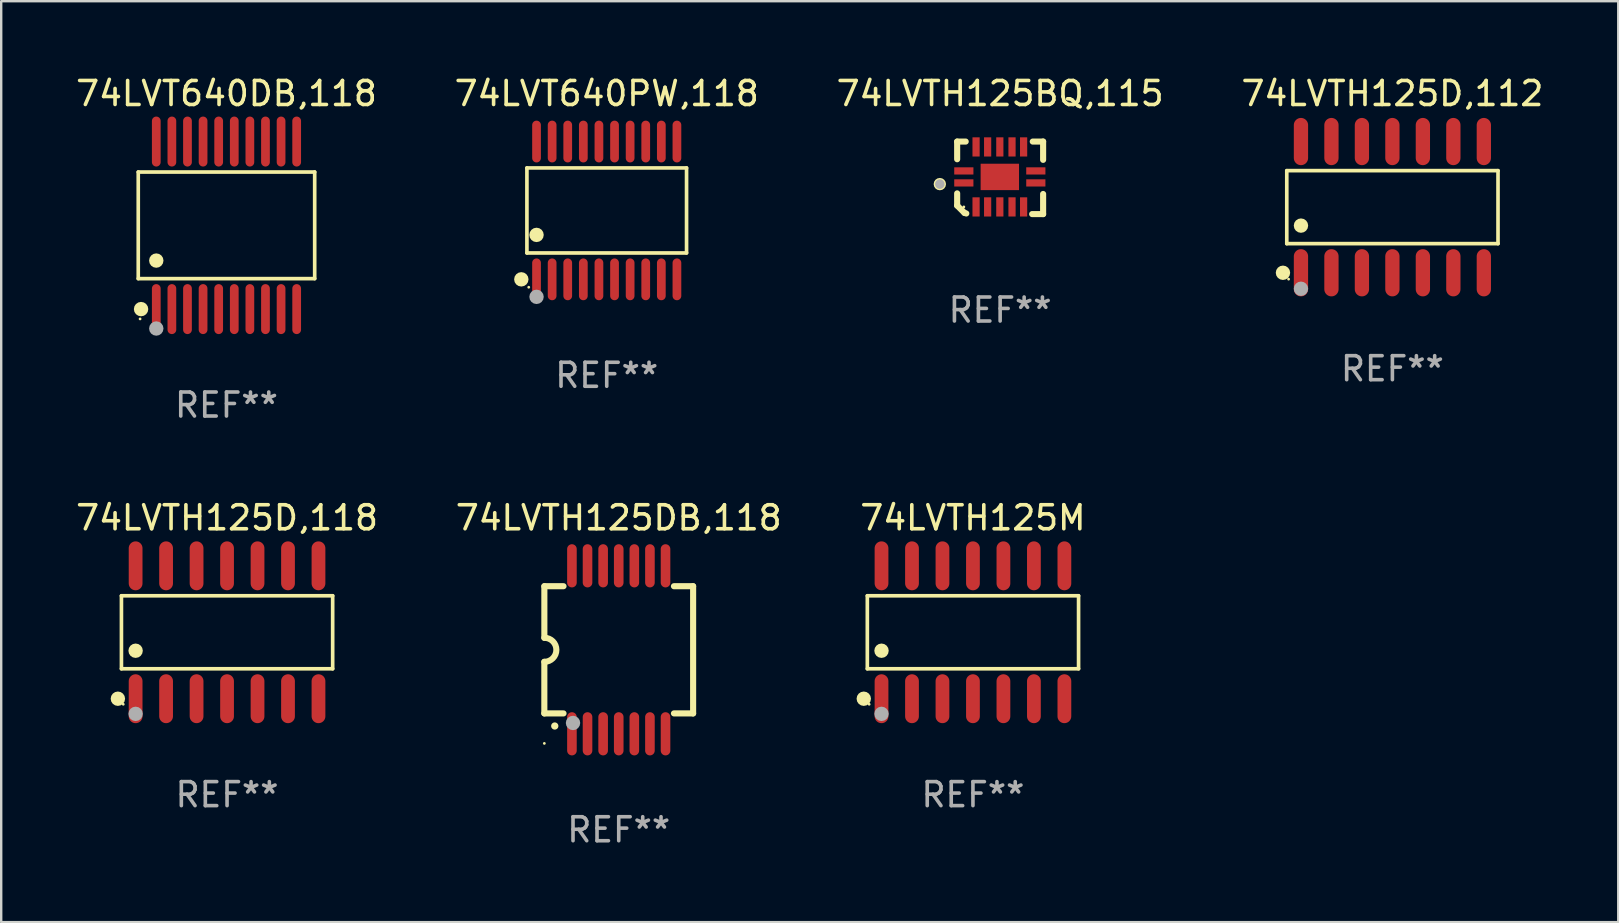
<source format=kicad_pcb>
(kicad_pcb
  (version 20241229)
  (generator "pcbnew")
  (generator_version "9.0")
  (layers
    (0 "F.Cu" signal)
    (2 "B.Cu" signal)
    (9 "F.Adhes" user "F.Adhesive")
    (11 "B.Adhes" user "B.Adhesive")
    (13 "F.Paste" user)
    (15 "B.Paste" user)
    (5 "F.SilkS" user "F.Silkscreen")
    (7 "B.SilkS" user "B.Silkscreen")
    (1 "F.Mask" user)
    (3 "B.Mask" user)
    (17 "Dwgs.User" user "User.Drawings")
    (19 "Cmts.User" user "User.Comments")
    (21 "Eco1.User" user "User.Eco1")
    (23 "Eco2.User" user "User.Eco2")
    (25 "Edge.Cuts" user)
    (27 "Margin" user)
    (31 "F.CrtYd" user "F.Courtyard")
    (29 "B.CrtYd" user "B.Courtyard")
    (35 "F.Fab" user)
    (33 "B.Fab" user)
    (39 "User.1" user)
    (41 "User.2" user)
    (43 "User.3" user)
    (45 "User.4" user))
  (footprint "74LVTH125DB,118"
    (layer "F.Cu")
    (at 22.732 24.027)
    (property "Reference" "74LVTH125DB,118" (at 0 -5.5 0) (layer "F.SilkS") (effects (font (size 1 1) (thickness 0.15))))
    (attr through_hole)
    (fp_line (start -3.1 2.65) (end -3.1 0.5) (stroke (width 0.254) (type solid)) (layer "F.SilkS"))
    (fp_line (start -3.099 -2.65) (end -2.301 -2.65) (stroke (width 0.254) (type solid)) (layer "F.SilkS"))
    (fp_line (start -3.099 -0.5) (end -3.099 -2.65) (stroke (width 0.254) (type solid)) (layer "F.SilkS"))
    (fp_line (start -2.301 2.65) (end -3.1 2.65) (stroke (width 0.254) (type solid)) (layer "F.SilkS"))
    (fp_line (start 2.301 -2.65) (end 3.1 -2.65) (stroke (width 0.254) (type solid)) (layer "F.SilkS"))
    (fp_line (start 3.1 -2.65) (end 3.1 2.65) (stroke (width 0.254) (type solid)) (layer "F.SilkS"))
    (fp_line (start 3.1 2.65) (end 2.301 2.65) (stroke (width 0.254) (type solid)) (layer "F.SilkS"))
    (fp_arc (start -3.098806 -0.500381) (mid -2.598806 0) (end -3.098806 0.500381) (stroke (width 0.254001) (type solid)) (layer "F.SilkS"))
    (fp_arc (start -2.667005 3.175006) (mid -2.665735 3.175001) (end -2.664465 3.175006) (stroke (width 0.3) (type solid)) (layer "F.SilkS"))
    (fp_circle (center -3.1 3.9) (end -3.07 3.9) (stroke (width 0.06) (type solid)) (fill no) (layer "F.SilkS"))
    (fp_circle (center -1.905 3.048) (end -1.755 3.048) (stroke (width 0.3) (type solid)) (fill no) (layer "F.Fab"))
    (fp_text user "REF**" (at 0 7.5 0) (layer "F.Fab") (effects (font (size 1 1) (thickness 0.15))))
    (pad "1" smd oval (at -1.95 3.5 270) (size 1.8 0.4) (layers "F.Cu" "F.Mask" "F.Paste"))
    (pad "2" smd oval (at -1.3 3.5 270) (size 1.8 0.4) (layers "F.Cu" "F.Mask" "F.Paste"))
    (pad "3" smd oval (at -0.65 3.5 270) (size 1.8 0.4) (layers "F.Cu" "F.Mask" "F.Paste"))
    (pad "4" smd oval (at 0 3.5 270) (size 1.8 0.4) (layers "F.Cu" "F.Mask" "F.Paste"))
    (pad "5" smd oval (at 0.65 3.5 270) (size 1.8 0.4) (layers "F.Cu" "F.Mask" "F.Paste"))
    (pad "6" smd oval (at 1.3 3.5 270) (size 1.8 0.4) (layers "F.Cu" "F.Mask" "F.Paste"))
    (pad "7" smd oval (at 1.95 3.5 270) (size 1.8 0.4) (layers "F.Cu" "F.Mask" "F.Paste"))
    (pad "8" smd oval (at 1.95 -3.5 90) (size 1.8 0.4) (layers "F.Cu" "F.Mask" "F.Paste"))
    (pad "9" smd oval (at 1.3 -3.5 90) (size 1.8 0.4) (layers "F.Cu" "F.Mask" "F.Paste"))
    (pad "10" smd oval (at 0.65 -3.5 90) (size 1.8 0.4) (layers "F.Cu" "F.Mask" "F.Paste"))
    (pad "11" smd oval (at 0 -3.5 90) (size 1.8 0.4) (layers "F.Cu" "F.Mask" "F.Paste"))
    (pad "12" smd oval (at -0.65 -3.5 90) (size 1.8 0.4) (layers "F.Cu" "F.Mask" "F.Paste"))
    (pad "13" smd oval (at -1.3 -3.5 90) (size 1.8 0.4) (layers "F.Cu" "F.Mask" "F.Paste"))
    (pad "14" smd oval (at -1.95 -3.5 90) (size 1.8 0.4) (layers "F.Cu" "F.Mask" "F.Paste")))
  (footprint "74LVTH125D,118"
    (layer "F.Cu")
    (at 6.411 23.296)
    (property "Reference" "74LVTH125D,118" (at 0 -4.769 0) (layer "F.SilkS") (effects (font (size 1 1) (thickness 0.15))))
    (attr through_hole)
    (fp_line (start -4.401 -1.521) (end 4.401 -1.521) (stroke (width 0.152) (type solid)) (layer "F.SilkS"))
    (fp_line (start -4.401 1.521) (end -4.401 -1.521) (stroke (width 0.152) (type solid)) (layer "F.SilkS"))
    (fp_line (start 4.401 -1.521) (end 4.401 1.521) (stroke (width 0.152) (type solid)) (layer "F.SilkS"))
    (fp_line (start 4.401 1.521) (end -4.401 1.521) (stroke (width 0.152) (type solid)) (layer "F.SilkS"))
    (fp_circle (center -4.549 2.769) (end -4.399 2.769) (stroke (width 0.3) (type solid)) (fill no) (layer "F.SilkS"))
    (fp_circle (center -4.325 3) (end -4.295 3) (stroke (width 0.06) (type solid)) (fill no) (layer "F.SilkS"))
    (fp_circle (center -3.81 0.769) (end -3.66 0.769) (stroke (width 0.3) (type solid)) (fill no) (layer "F.SilkS"))
    (fp_circle (center -3.81 3.4) (end -3.66 3.4) (stroke (width 0.3) (type solid)) (fill no) (layer "F.Fab"))
    (fp_text user "REF**" (at 0 6.769 0) (layer "F.Fab") (effects (font (size 1 1) (thickness 0.15))))
    (pad "1" smd oval (at -3.81 2.769) (size 0.574 2.038) (layers "F.Cu" "F.Mask" "F.Paste"))
    (pad "2" smd oval (at -2.54 2.769) (size 0.574 2.038) (layers "F.Cu" "F.Mask" "F.Paste"))
    (pad "3" smd oval (at -1.27 2.769) (size 0.574 2.038) (layers "F.Cu" "F.Mask" "F.Paste"))
    (pad "4" smd oval (at 0 2.769) (size 0.574 2.038) (layers "F.Cu" "F.Mask" "F.Paste"))
    (pad "5" smd oval (at 1.27 2.769) (size 0.574 2.038) (layers "F.Cu" "F.Mask" "F.Paste"))
    (pad "6" smd oval (at 2.54 2.769) (size 0.574 2.038) (layers "F.Cu" "F.Mask" "F.Paste"))
    (pad "7" smd oval (at 3.81 2.769) (size 0.574 2.038) (layers "F.Cu" "F.Mask" "F.Paste"))
    (pad "8" smd oval (at 3.81 -2.769) (size 0.574 2.038) (layers "F.Cu" "F.Mask" "F.Paste"))
    (pad "9" smd oval (at 2.54 -2.769) (size 0.574 2.038) (layers "F.Cu" "F.Mask" "F.Paste"))
    (pad "10" smd oval (at 1.27 -2.769) (size 0.574 2.038) (layers "F.Cu" "F.Mask" "F.Paste"))
    (pad "11" smd oval (at 0 -2.769) (size 0.574 2.038) (layers "F.Cu" "F.Mask" "F.Paste"))
    (pad "12" smd oval (at -1.27 -2.769) (size 0.574 2.038) (layers "F.Cu" "F.Mask" "F.Paste"))
    (pad "13" smd oval (at -2.54 -2.769) (size 0.574 2.038) (layers "F.Cu" "F.Mask" "F.Paste"))
    (pad "14" smd oval (at -3.81 -2.769) (size 0.574 2.038) (layers "F.Cu" "F.Mask" "F.Paste")))
  (footprint "74LVTH125D,112"
    (layer "F.Cu")
    (at 54.97 5.582)
    (property "Reference" "74LVTH125D,112" (at 0 -4.734 0) (layer "F.SilkS") (effects (font (size 1 1) (thickness 0.15))))
    (attr through_hole)
    (fp_line (start -4.401 -1.521) (end 4.401 -1.521) (stroke (width 0.152) (type solid)) (layer "F.SilkS"))
    (fp_line (start -4.401 1.521) (end -4.401 -1.521) (stroke (width 0.152) (type solid)) (layer "F.SilkS"))
    (fp_line (start 4.401 -1.521) (end 4.401 1.521) (stroke (width 0.152) (type solid)) (layer "F.SilkS"))
    (fp_line (start 4.401 1.521) (end -4.401 1.521) (stroke (width 0.152) (type solid)) (layer "F.SilkS"))
    (fp_circle (center -4.56 2.734) (end -4.41 2.734) (stroke (width 0.3) (type solid)) (fill no) (layer "F.SilkS"))
    (fp_circle (center -4.325 3) (end -4.295 3) (stroke (width 0.06) (type solid)) (fill no) (layer "F.SilkS"))
    (fp_circle (center -3.81 0.769) (end -3.66 0.769) (stroke (width 0.3) (type solid)) (fill no) (layer "F.SilkS"))
    (fp_circle (center -3.81 3.4) (end -3.66 3.4) (stroke (width 0.3) (type solid)) (fill no) (layer "F.Fab"))
    (fp_text user "REF**" (at 0 6.734 0) (layer "F.Fab") (effects (font (size 1 1) (thickness 0.15))))
    (pad "1" smd oval (at -3.81 2.734) (size 0.595 1.968) (layers "F.Cu" "F.Mask" "F.Paste"))
    (pad "2" smd oval (at -2.54 2.734) (size 0.595 1.968) (layers "F.Cu" "F.Mask" "F.Paste"))
    (pad "3" smd oval (at -1.27 2.734) (size 0.595 1.968) (layers "F.Cu" "F.Mask" "F.Paste"))
    (pad "4" smd oval (at 0 2.734) (size 0.595 1.968) (layers "F.Cu" "F.Mask" "F.Paste"))
    (pad "5" smd oval (at 1.27 2.734) (size 0.595 1.968) (layers "F.Cu" "F.Mask" "F.Paste"))
    (pad "6" smd oval (at 2.54 2.734) (size 0.595 1.968) (layers "F.Cu" "F.Mask" "F.Paste"))
    (pad "7" smd oval (at 3.81 2.734) (size 0.595 1.968) (layers "F.Cu" "F.Mask" "F.Paste"))
    (pad "8" smd oval (at 3.81 -2.734) (size 0.595 1.968) (layers "F.Cu" "F.Mask" "F.Paste"))
    (pad "9" smd oval (at 2.54 -2.734) (size 0.595 1.968) (layers "F.Cu" "F.Mask" "F.Paste"))
    (pad "10" smd oval (at 1.27 -2.734) (size 0.595 1.968) (layers "F.Cu" "F.Mask" "F.Paste"))
    (pad "11" smd oval (at 0 -2.734) (size 0.595 1.968) (layers "F.Cu" "F.Mask" "F.Paste"))
    (pad "12" smd oval (at -1.27 -2.734) (size 0.595 1.968) (layers "F.Cu" "F.Mask" "F.Paste"))
    (pad "13" smd oval (at -2.54 -2.734) (size 0.595 1.968) (layers "F.Cu" "F.Mask" "F.Paste"))
    (pad "14" smd oval (at -3.81 -2.734) (size 0.595 1.968) (layers "F.Cu" "F.Mask" "F.Paste")))
  (footprint "74LVT640PW,118"
    (layer "F.Cu")
    (at 22.232 5.719)
    (property "Reference" "74LVT640PW,118" (at 0 -4.871 0) (layer "F.SilkS") (effects (font (size 1 1) (thickness 0.15))))
    (attr through_hole)
    (fp_line (start -3.326 -1.771) (end 3.326 -1.771) (stroke (width 0.152) (type solid)) (layer "F.SilkS"))
    (fp_line (start -3.326 1.771) (end -3.326 -1.771) (stroke (width 0.152) (type solid)) (layer "F.SilkS"))
    (fp_line (start 3.326 -1.771) (end 3.326 1.771) (stroke (width 0.152) (type solid)) (layer "F.SilkS"))
    (fp_line (start 3.326 1.771) (end -3.326 1.771) (stroke (width 0.152) (type solid)) (layer "F.SilkS"))
    (fp_circle (center -3.559 2.871) (end -3.409 2.871) (stroke (width 0.3) (type solid)) (fill no) (layer "F.SilkS"))
    (fp_circle (center -3.25 3.2) (end -3.22 3.2) (stroke (width 0.06) (type solid)) (fill no) (layer "F.SilkS"))
    (fp_circle (center -2.925 1.019) (end -2.775 1.019) (stroke (width 0.3) (type solid)) (fill no) (layer "F.SilkS"))
    (fp_circle (center -2.925 3.6) (end -2.775 3.6) (stroke (width 0.3) (type solid)) (fill no) (layer "F.Fab"))
    (fp_text user "REF**" (at 0 6.871 0) (layer "F.Fab") (effects (font (size 1 1) (thickness 0.15))))
    (pad "1" smd oval (at -2.925 2.871) (size 0.364 1.742) (layers "F.Cu" "F.Mask" "F.Paste"))
    (pad "2" smd oval (at -2.275 2.871) (size 0.364 1.742) (layers "F.Cu" "F.Mask" "F.Paste"))
    (pad "3" smd oval (at -1.625 2.871) (size 0.364 1.742) (layers "F.Cu" "F.Mask" "F.Paste"))
    (pad "4" smd oval (at -0.975 2.871) (size 0.364 1.742) (layers "F.Cu" "F.Mask" "F.Paste"))
    (pad "5" smd oval (at -0.325 2.871) (size 0.364 1.742) (layers "F.Cu" "F.Mask" "F.Paste"))
    (pad "6" smd oval (at 0.325 2.871) (size 0.364 1.742) (layers "F.Cu" "F.Mask" "F.Paste"))
    (pad "7" smd oval (at 0.975 2.871) (size 0.364 1.742) (layers "F.Cu" "F.Mask" "F.Paste"))
    (pad "8" smd oval (at 1.625 2.871) (size 0.364 1.742) (layers "F.Cu" "F.Mask" "F.Paste"))
    (pad "9" smd oval (at 2.275 2.871) (size 0.364 1.742) (layers "F.Cu" "F.Mask" "F.Paste"))
    (pad "10" smd oval (at 2.925 2.871) (size 0.364 1.742) (layers "F.Cu" "F.Mask" "F.Paste"))
    (pad "11" smd oval (at 2.925 -2.871) (size 0.364 1.742) (layers "F.Cu" "F.Mask" "F.Paste"))
    (pad "12" smd oval (at 2.275 -2.871) (size 0.364 1.742) (layers "F.Cu" "F.Mask" "F.Paste"))
    (pad "13" smd oval (at 1.625 -2.871) (size 0.364 1.742) (layers "F.Cu" "F.Mask" "F.Paste"))
    (pad "14" smd oval (at 0.975 -2.871) (size 0.364 1.742) (layers "F.Cu" "F.Mask" "F.Paste"))
    (pad "15" smd oval (at 0.325 -2.871) (size 0.364 1.742) (layers "F.Cu" "F.Mask" "F.Paste"))
    (pad "16" smd oval (at -0.325 -2.871) (size 0.364 1.742) (layers "F.Cu" "F.Mask" "F.Paste"))
    (pad "17" smd oval (at -0.975 -2.871) (size 0.364 1.742) (layers "F.Cu" "F.Mask" "F.Paste"))
    (pad "18" smd oval (at -1.625 -2.871) (size 0.364 1.742) (layers "F.Cu" "F.Mask" "F.Paste"))
    (pad "19" smd oval (at -2.275 -2.871) (size 0.364 1.742) (layers "F.Cu" "F.Mask" "F.Paste"))
    (pad "20" smd oval (at -2.925 -2.871) (size 0.364 1.742) (layers "F.Cu" "F.Mask" "F.Paste")))
  (footprint "74LVTH125M"
    (layer "F.Cu")
    (at 37.492 23.296)
    (property "Reference" "74LVTH125M" (at 0 -4.769 0) (layer "F.SilkS") (effects (font (size 1 1) (thickness 0.15))))
    (attr through_hole)
    (fp_line (start -4.401 -1.521) (end 4.401 -1.521) (stroke (width 0.152) (type solid)) (layer "F.SilkS"))
    (fp_line (start -4.401 1.521) (end -4.401 -1.521) (stroke (width 0.152) (type solid)) (layer "F.SilkS"))
    (fp_line (start 4.401 -1.521) (end 4.401 1.521) (stroke (width 0.152) (type solid)) (layer "F.SilkS"))
    (fp_line (start 4.401 1.521) (end -4.401 1.521) (stroke (width 0.152) (type solid)) (layer "F.SilkS"))
    (fp_circle (center -4.549 2.769) (end -4.399 2.769) (stroke (width 0.3) (type solid)) (fill no) (layer "F.SilkS"))
    (fp_circle (center -4.325 3) (end -4.295 3) (stroke (width 0.06) (type solid)) (fill no) (layer "F.SilkS"))
    (fp_circle (center -3.81 0.769) (end -3.66 0.769) (stroke (width 0.3) (type solid)) (fill no) (layer "F.SilkS"))
    (fp_circle (center -3.81 3.4) (end -3.66 3.4) (stroke (width 0.3) (type solid)) (fill no) (layer "F.Fab"))
    (fp_text user "REF**" (at 0 6.769 0) (layer "F.Fab") (effects (font (size 1 1) (thickness 0.15))))
    (pad "1" smd oval (at -3.81 2.769) (size 0.574 2.038) (layers "F.Cu" "F.Mask" "F.Paste"))
    (pad "2" smd oval (at -2.54 2.769) (size 0.574 2.038) (layers "F.Cu" "F.Mask" "F.Paste"))
    (pad "3" smd oval (at -1.27 2.769) (size 0.574 2.038) (layers "F.Cu" "F.Mask" "F.Paste"))
    (pad "4" smd oval (at 0 2.769) (size 0.574 2.038) (layers "F.Cu" "F.Mask" "F.Paste"))
    (pad "5" smd oval (at 1.27 2.769) (size 0.574 2.038) (layers "F.Cu" "F.Mask" "F.Paste"))
    (pad "6" smd oval (at 2.54 2.769) (size 0.574 2.038) (layers "F.Cu" "F.Mask" "F.Paste"))
    (pad "7" smd oval (at 3.81 2.769) (size 0.574 2.038) (layers "F.Cu" "F.Mask" "F.Paste"))
    (pad "8" smd oval (at 3.81 -2.769) (size 0.574 2.038) (layers "F.Cu" "F.Mask" "F.Paste"))
    (pad "9" smd oval (at 2.54 -2.769) (size 0.574 2.038) (layers "F.Cu" "F.Mask" "F.Paste"))
    (pad "10" smd oval (at 1.27 -2.769) (size 0.574 2.038) (layers "F.Cu" "F.Mask" "F.Paste"))
    (pad "11" smd oval (at 0 -2.769) (size 0.574 2.038) (layers "F.Cu" "F.Mask" "F.Paste"))
    (pad "12" smd oval (at -1.27 -2.769) (size 0.574 2.038) (layers "F.Cu" "F.Mask" "F.Paste"))
    (pad "13" smd oval (at -2.54 -2.769) (size 0.574 2.038) (layers "F.Cu" "F.Mask" "F.Paste"))
    (pad "14" smd oval (at -3.81 -2.769) (size 0.574 2.038) (layers "F.Cu" "F.Mask" "F.Paste")))
  (footprint "74LVTH125BQ,115"
    (layer "F.Cu")
    (at 38.625 4.36)
    (property "Reference" "74LVTH125BQ,115" (at 0 -3.511 0) (layer "F.SilkS") (effects (font (size 1 1) (thickness 0.15))))
    (attr through_hole)
    (fp_line (start -1.791 -1.511) (end -1.435 -1.511) (stroke (width 0.254) (type solid)) (layer "F.SilkS"))
    (fp_line (start -1.791 -0.775) (end -1.791 -1.511) (stroke (width 0.254) (type solid)) (layer "F.SilkS"))
    (fp_line (start -1.791 1.156) (end -1.791 0.648) (stroke (width 0.254) (type solid)) (layer "F.SilkS"))
    (fp_line (start -1.486 1.461) (end -1.791 1.156) (stroke (width 0.254) (type solid)) (layer "F.SilkS"))
    (fp_line (start -1.41 1.486) (end -1.486 1.461) (stroke (width 0.254) (type solid)) (layer "F.SilkS"))
    (fp_line (start 1.334 1.511) (end 1.791 1.511) (stroke (width 0.254) (type solid)) (layer "F.SilkS"))
    (fp_line (start 1.791 -1.511) (end 1.359 -1.511) (stroke (width 0.254) (type solid)) (layer "F.SilkS"))
    (fp_line (start 1.791 -0.749) (end 1.791 -1.511) (stroke (width 0.254) (type solid)) (layer "F.SilkS"))
    (fp_line (start 1.791 1.511) (end 1.791 0.673) (stroke (width 0.254) (type solid)) (layer "F.SilkS"))
    (fp_circle (center -2.513 0.262) (end -2.383 0.262) (stroke (width 0.254) (type solid)) (fill no) (layer "F.SilkS"))
    (fp_circle (center -1.513 1.212) (end -1.483 1.212) (stroke (width 0.06) (type solid)) (fill no) (layer "F.SilkS"))
    (fp_circle (center -2.513 0.262) (end -2.413 0.262) (stroke (width 0.2) (type solid)) (fill no) (layer "F.Fab"))
    (fp_text user "REF**" (at 0 5.511 0) (layer "F.Fab") (effects (font (size 1 1) (thickness 0.15))))
    (pad "1" smd rect (at -1.513 0.212) (size 0.8 0.3) (layers "F.Cu" "F.Mask" "F.Paste"))
    (pad "2" smd rect (at -1.003 1.212) (size 0.3 0.8) (layers "F.Cu" "F.Mask" "F.Paste"))
    (pad "3" smd rect (at -0.521 1.212) (size 0.3 0.8) (layers "F.Cu" "F.Mask" "F.Paste"))
    (pad "4" smd rect (at -0.013 1.212) (size 0.3 0.8) (layers "F.Cu" "F.Mask" "F.Paste"))
    (pad "5" smd rect (at 0.495 1.212) (size 0.3 0.8) (layers "F.Cu" "F.Mask" "F.Paste"))
    (pad "6" smd rect (at 0.978 1.212) (size 0.3 0.8) (layers "F.Cu" "F.Mask" "F.Paste"))
    (pad "7" smd rect (at 1.487 0.212) (size 0.8 0.3) (layers "F.Cu" "F.Mask" "F.Paste"))
    (pad "8" smd rect (at 1.487 -0.288) (size 0.8 0.3) (layers "F.Cu" "F.Mask" "F.Paste"))
    (pad "9" smd rect (at 0.978 -1.288) (size 0.3 0.8) (layers "F.Cu" "F.Mask" "F.Paste"))
    (pad "10" smd rect (at 0.495 -1.288) (size 0.3 0.8) (layers "F.Cu" "F.Mask" "F.Paste"))
    (pad "11" smd rect (at -0.013 -1.288) (size 0.3 0.8) (layers "F.Cu" "F.Mask" "F.Paste"))
    (pad "12" smd rect (at -0.521 -1.288) (size 0.3 0.8) (layers "F.Cu" "F.Mask" "F.Paste"))
    (pad "13" smd rect (at -1.003 -1.288) (size 0.3 0.8) (layers "F.Cu" "F.Mask" "F.Paste"))
    (pad "14" smd rect (at -1.513 -0.288) (size 0.8 0.3) (layers "F.Cu" "F.Mask" "F.Paste"))
    (pad "15" smd rect (at -0.013 -0.038 90) (size 1.1 1.6) (layers "F.Cu" "F.Mask" "F.Paste")))
  (footprint "74LVT640DB,118"
    (layer "F.Cu")
    (at 6.387 6.339)
    (property "Reference" "74LVT640DB,118" (at 0 -5.491 0) (layer "F.SilkS") (effects (font (size 1 1) (thickness 0.15))))
    (attr through_hole)
    (fp_line (start -3.676 -2.221) (end 3.676 -2.221) (stroke (width 0.152) (type solid)) (layer "F.SilkS"))
    (fp_line (start -3.676 2.221) (end -3.676 -2.221) (stroke (width 0.152) (type solid)) (layer "F.SilkS"))
    (fp_line (start 3.676 -2.221) (end 3.676 2.221) (stroke (width 0.152) (type solid)) (layer "F.SilkS"))
    (fp_line (start 3.676 2.221) (end -3.676 2.221) (stroke (width 0.152) (type solid)) (layer "F.SilkS"))
    (fp_circle (center -3.6 3.9) (end -3.57 3.9) (stroke (width 0.06) (type solid)) (fill no) (layer "F.SilkS"))
    (fp_circle (center -3.559 3.491) (end -3.409 3.491) (stroke (width 0.3) (type solid)) (fill no) (layer "F.SilkS"))
    (fp_circle (center -2.925 1.469) (end -2.775 1.469) (stroke (width 0.3) (type solid)) (fill no) (layer "F.SilkS"))
    (fp_circle (center -2.925 4.3) (end -2.775 4.3) (stroke (width 0.3) (type solid)) (fill no) (layer "F.Fab"))
    (fp_text user "REF**" (at 0 7.491 0) (layer "F.Fab") (effects (font (size 1 1) (thickness 0.15))))
    (pad "1" smd oval (at -2.925 3.491) (size 0.364 2.082) (layers "F.Cu" "F.Mask" "F.Paste"))
    (pad "2" smd oval (at -2.275 3.491) (size 0.364 2.082) (layers "F.Cu" "F.Mask" "F.Paste"))
    (pad "3" smd oval (at -1.625 3.491) (size 0.364 2.082) (layers "F.Cu" "F.Mask" "F.Paste"))
    (pad "4" smd oval (at -0.975 3.491) (size 0.364 2.082) (layers "F.Cu" "F.Mask" "F.Paste"))
    (pad "5" smd oval (at -0.325 3.491) (size 0.364 2.082) (layers "F.Cu" "F.Mask" "F.Paste"))
    (pad "6" smd oval (at 0.325 3.491) (size 0.364 2.082) (layers "F.Cu" "F.Mask" "F.Paste"))
    (pad "7" smd oval (at 0.975 3.491) (size 0.364 2.082) (layers "F.Cu" "F.Mask" "F.Paste"))
    (pad "8" smd oval (at 1.625 3.491) (size 0.364 2.082) (layers "F.Cu" "F.Mask" "F.Paste"))
    (pad "9" smd oval (at 2.275 3.491) (size 0.364 2.082) (layers "F.Cu" "F.Mask" "F.Paste"))
    (pad "10" smd oval (at 2.925 3.491) (size 0.364 2.082) (layers "F.Cu" "F.Mask" "F.Paste"))
    (pad "11" smd oval (at 2.925 -3.491) (size 0.364 2.082) (layers "F.Cu" "F.Mask" "F.Paste"))
    (pad "12" smd oval (at 2.275 -3.491) (size 0.364 2.082) (layers "F.Cu" "F.Mask" "F.Paste"))
    (pad "13" smd oval (at 1.625 -3.491) (size 0.364 2.082) (layers "F.Cu" "F.Mask" "F.Paste"))
    (pad "14" smd oval (at 0.975 -3.491) (size 0.364 2.082) (layers "F.Cu" "F.Mask" "F.Paste"))
    (pad "15" smd oval (at 0.325 -3.491) (size 0.364 2.082) (layers "F.Cu" "F.Mask" "F.Paste"))
    (pad "16" smd oval (at -0.325 -3.491) (size 0.364 2.082) (layers "F.Cu" "F.Mask" "F.Paste"))
    (pad "17" smd oval (at -0.975 -3.491) (size 0.364 2.082) (layers "F.Cu" "F.Mask" "F.Paste"))
    (pad "18" smd oval (at -1.625 -3.491) (size 0.364 2.082) (layers "F.Cu" "F.Mask" "F.Paste"))
    (pad "19" smd oval (at -2.275 -3.491) (size 0.364 2.082) (layers "F.Cu" "F.Mask" "F.Paste"))
    (pad "20" smd oval (at -2.925 -3.491) (size 0.364 2.082) (layers "F.Cu" "F.Mask" "F.Paste")))
  (gr_rect
    (start -3 -3)
    (end 64.381 35.375)
    (stroke (width 0.1) (type default))
    (fill no)
    (layer "Edge.Cuts")))
</source>
